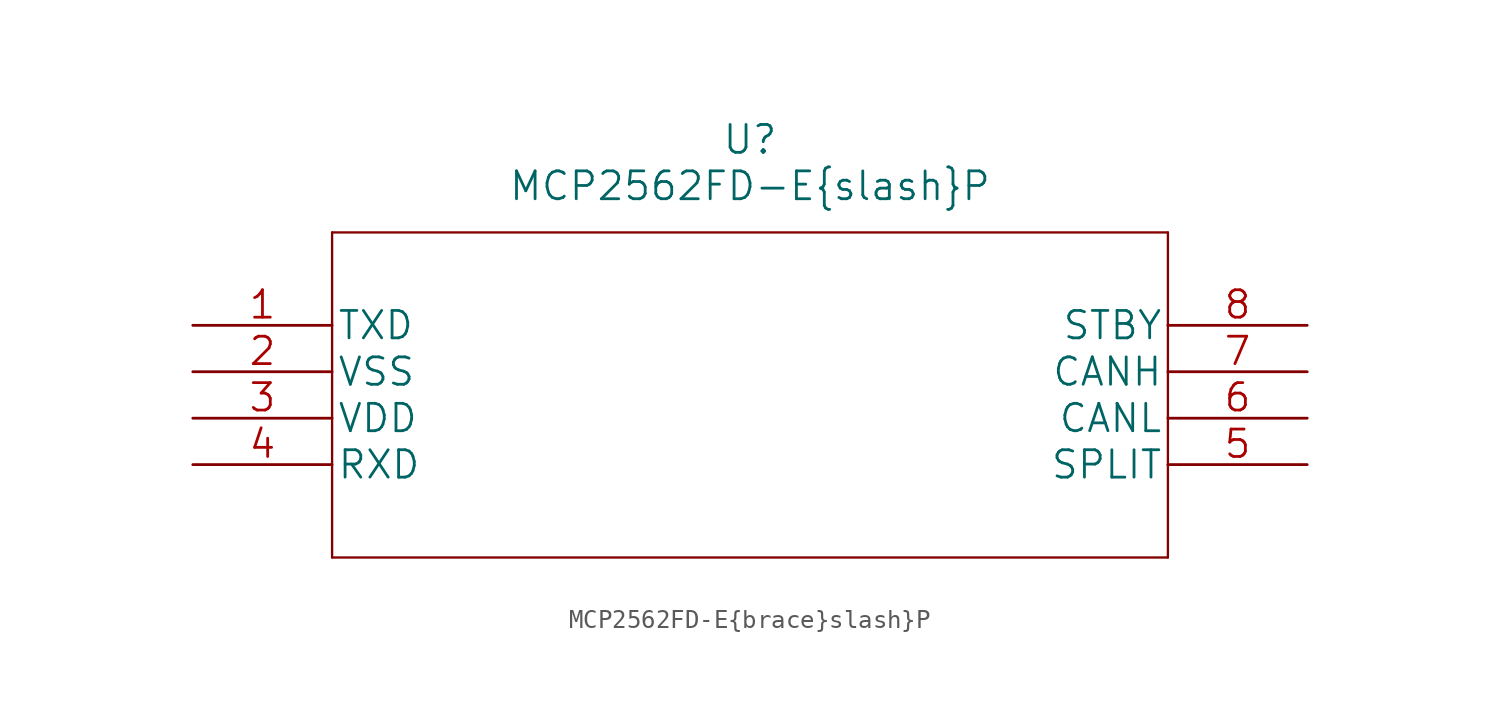
<source format=kicad_sym>
(kicad_symbol_lib
  (version 20211014)
  (generator kicad_symbol_editor)
  (symbol "MCP2562FD-E{brace}slash}P"
    (pin_names
      (offset 0.254))
    (property "Reference" "U"
      (at 30.48 10.16 0)
      (effects (font (size 1.524 1.524))))
    (property "Value" "MCP2562FD-E{brace}slash}P"
      (at 30.48 7.62 0)
      (effects (font (size 1.524 1.524))))
    (property "Datasheet" ""
      (at 0 0 0)
      (effects (font (size 1.524 1.524))))
    (property "ki_locked" ""
      (at 0 0 0)
      (effects (font (size 1.27 1.27))))
    (symbol "MCP2562FD-E{brace}slash}P_1_1"
      (polyline (pts (xy 7.62 -12.7) (xy 53.34 -12.7)) (stroke (width 0.127) (type default) (color 0 0 0 0)) (fill (type none)))
      (polyline (pts (xy 7.62 5.08) (xy 7.62 -12.7)) (stroke (width 0.127) (type default) (color 0 0 0 0)) (fill (type none)))
      (polyline (pts (xy 53.34 -12.7) (xy 53.34 5.08)) (stroke (width 0.127) (type default) (color 0 0 0 0)) (fill (type none)))
      (polyline (pts (xy 53.34 5.08) (xy 7.62 5.08)) (stroke (width 0.127) (type default) (color 0 0 0 0)) (fill (type none)))
      (pin input line (at 0 0 0) (length 7.62) (name "TXD" (effects (font (size 1.499 1.499)))) (number "1" (effects (font (size 1.499 1.499)))))
      (pin power_in line (at 0 -2.54 0) (length 7.62) (name "VSS" (effects (font (size 1.499 1.499)))) (number "2" (effects (font (size 1.499 1.499)))))
      (pin power_in line (at 0 -5.08 0) (length 7.62) (name "VDD" (effects (font (size 1.499 1.499)))) (number "3" (effects (font (size 1.499 1.499)))))
      (pin output line (at 0 -7.62 0) (length 7.62) (name "RXD" (effects (font (size 1.499 1.499)))) (number "4" (effects (font (size 1.499 1.499)))))
      (pin unspecified line (at 60.96 -7.62 180) (length 7.62) (name "SPLIT" (effects (font (size 1.499 1.499)))) (number "5" (effects (font (size 1.499 1.499)))))
      (pin bidirectional line (at 60.96 -5.08 180) (length 7.62) (name "CANL" (effects (font (size 1.499 1.499)))) (number "6" (effects (font (size 1.499 1.499)))))
      (pin bidirectional line (at 60.96 -2.54 180) (length 7.62) (name "CANH" (effects (font (size 1.499 1.499)))) (number "7" (effects (font (size 1.499 1.499)))))
      (pin input line (at 60.96 0 180) (length 7.62) (name "STBY" (effects (font (size 1.499 1.499)))) (number "8" (effects (font (size 1.499 1.499))))))))
</source>
